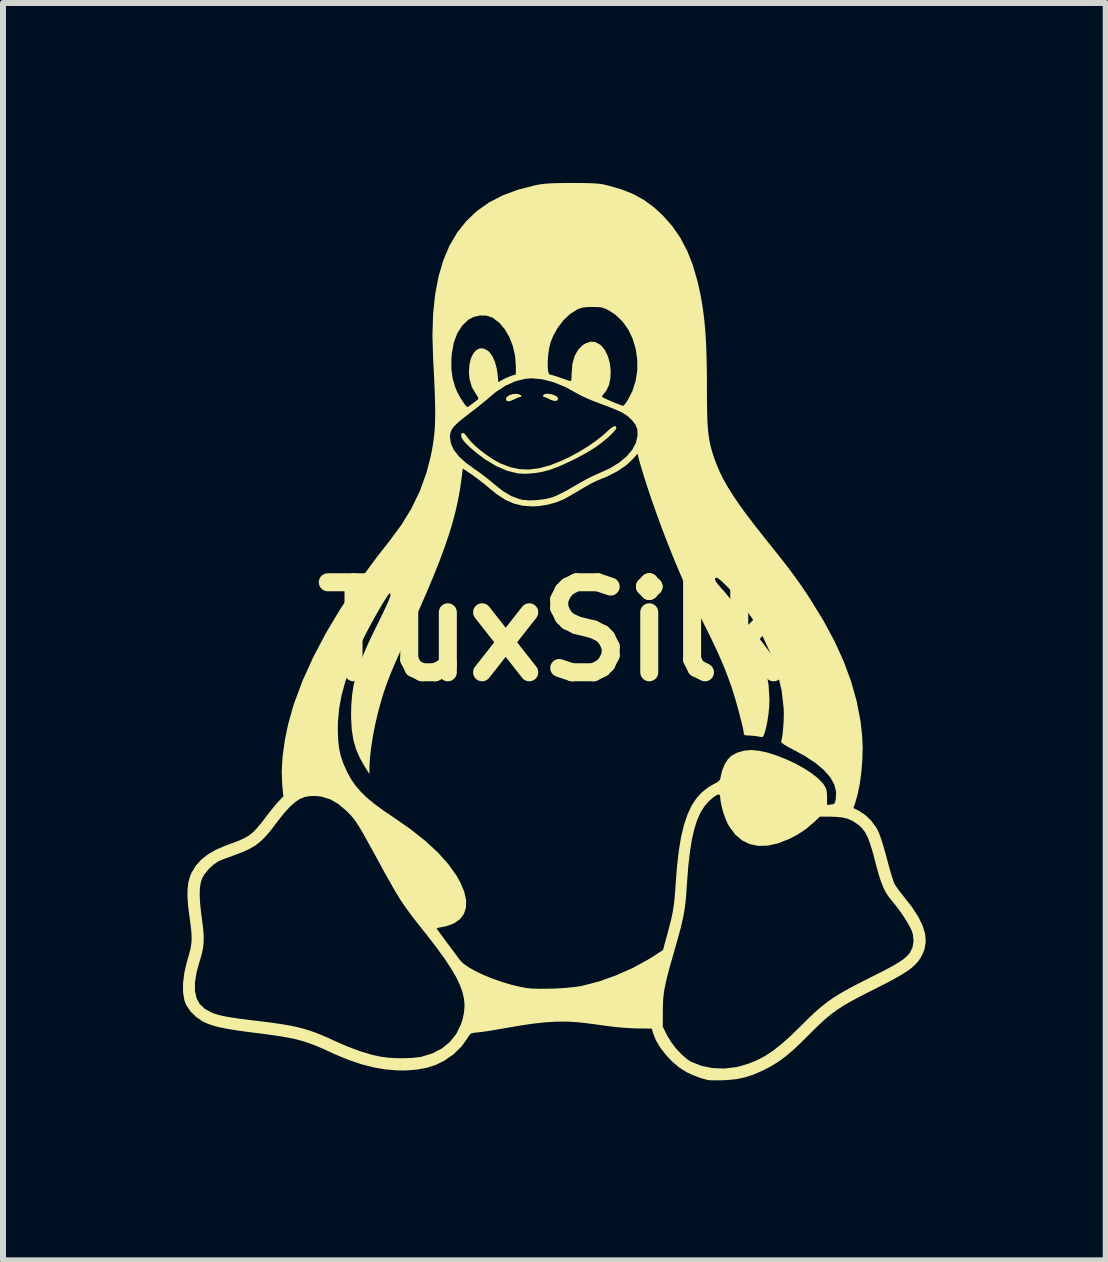
<source format=kicad_pcb>
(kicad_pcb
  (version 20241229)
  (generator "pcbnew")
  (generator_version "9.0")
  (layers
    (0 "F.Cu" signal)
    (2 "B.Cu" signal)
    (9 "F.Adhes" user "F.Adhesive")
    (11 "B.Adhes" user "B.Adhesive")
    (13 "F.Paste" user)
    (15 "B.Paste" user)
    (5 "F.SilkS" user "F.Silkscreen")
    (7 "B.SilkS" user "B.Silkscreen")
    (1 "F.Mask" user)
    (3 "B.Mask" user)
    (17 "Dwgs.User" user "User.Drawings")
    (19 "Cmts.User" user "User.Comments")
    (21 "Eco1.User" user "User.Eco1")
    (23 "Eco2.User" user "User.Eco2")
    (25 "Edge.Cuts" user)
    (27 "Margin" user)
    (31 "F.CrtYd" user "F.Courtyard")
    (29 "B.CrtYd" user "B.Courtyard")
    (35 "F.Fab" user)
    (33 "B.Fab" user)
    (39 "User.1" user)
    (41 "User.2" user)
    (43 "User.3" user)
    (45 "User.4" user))
  (footprint "TuxSilk"
    (layer "F.Cu")
    (at 6.199 7.476)
    (property "Reference" "TuxSilk" (at 0 0 0) (layer "F.SilkS") (effects (font (size 1.5 1.5) (thickness 0.3))))
    (attr board_only exclude_from_pos_files exclude_from_bom)
    (fp_poly (pts (xy -0.074 -3.959) (xy -0.017 -3.943) (xy 0.028 -3.92) (xy 0.051 -3.891) (xy 0.052 -3.877) (xy 0.031 -3.848) (xy -0.012 -3.844) (xy -0.072 -3.863) (xy -0.093 -3.874) (xy -0.141 -3.898) (xy -0.177 -3.91) (xy -0.183 -3.911) (xy -0.201 -3.924) (xy -0.2 -3.934) (xy -0.176 -3.957) (xy -0.13 -3.964)) (stroke (width 0) (type solid)) (fill yes) (layer "F.SilkS"))
    (fp_poly (pts (xy -0.638 -3.963) (xy -0.598 -3.954) (xy -0.569 -3.938) (xy -0.556 -3.922) (xy -0.569 -3.911) (xy -0.581 -3.911) (xy -0.612 -3.902) (xy -0.659 -3.881) (xy -0.675 -3.873) (xy -0.742 -3.843) (xy -0.786 -3.838) (xy -0.807 -3.848) (xy -0.819 -3.88) (xy -0.801 -3.911) (xy -0.761 -3.939) (xy -0.706 -3.958) (xy -0.644 -3.963)) (stroke (width 0) (type solid)) (fill yes) (layer "F.SilkS"))
    (fp_poly (pts (xy 1.024 -3.397) (xy 1.01 -3.366) (xy 0.97 -3.318) (xy 0.911 -3.26) (xy 0.838 -3.196) (xy 0.757 -3.132) (xy 0.673 -3.071) (xy 0.662 -3.064) (xy 0.529 -2.982) (xy 0.377 -2.899) (xy 0.217 -2.82) (xy 0.063 -2.751) (xy -0.075 -2.699) (xy -0.078 -2.698) (xy -0.207 -2.663) (xy -0.347 -2.64) (xy -0.484 -2.63) (xy -0.604 -2.635) (xy -0.624 -2.637) (xy -0.798 -2.681) (xy -0.98 -2.759) (xy -1.164 -2.87) (xy -1.296 -2.968) (xy -1.407 -3.061) (xy -1.487 -3.138) (xy -1.538 -3.2) (xy -1.562 -3.25) (xy -1.564 -3.269) (xy -1.555 -3.306) (xy -1.532 -3.312) (xy -1.499 -3.289) (xy -1.464 -3.244) (xy -1.41 -3.175) (xy -1.331 -3.097) (xy -1.234 -3.014) (xy -1.128 -2.935) (xy -1.021 -2.864) (xy -0.92 -2.808) (xy -0.904 -2.801) (xy -0.747 -2.741) (xy -0.591 -2.707) (xy -0.432 -2.701) (xy -0.265 -2.722) (xy -0.086 -2.77) (xy 0.109 -2.847) (xy 0.233 -2.905) (xy 0.388 -2.988) (xy 0.542 -3.082) (xy 0.685 -3.181) (xy 0.808 -3.278) (xy 0.876 -3.341) (xy 0.936 -3.394) (xy 0.983 -3.422) (xy 1.013 -3.423)) (stroke (width 0) (type solid)) (fill yes) (layer "F.SilkS"))
    (fp_poly (pts (xy 0.431 -7.476) (xy 0.543 -7.474) (xy 0.631 -7.471) (xy 0.701 -7.467) (xy 0.762 -7.46) (xy 0.818 -7.45) (xy 0.878 -7.436) (xy 0.894 -7.432) (xy 1.117 -7.367) (xy 1.313 -7.288) (xy 1.489 -7.19) (xy 1.653 -7.068) (xy 1.797 -6.936) (xy 1.955 -6.758) (xy 2.089 -6.564) (xy 2.203 -6.348) (xy 2.298 -6.107) (xy 2.376 -5.836) (xy 2.382 -5.81) (xy 2.419 -5.646) (xy 2.449 -5.483) (xy 2.474 -5.316) (xy 2.494 -5.14) (xy 2.51 -4.949) (xy 2.521 -4.74) (xy 2.528 -4.508) (xy 2.532 -4.246) (xy 2.532 -4.041) (xy 2.533 -3.836) (xy 2.536 -3.662) (xy 2.54 -3.516) (xy 2.548 -3.392) (xy 2.559 -3.285) (xy 2.573 -3.189) (xy 2.592 -3.1) (xy 2.615 -3.013) (xy 2.644 -2.922) (xy 2.644 -2.92) (xy 2.691 -2.792) (xy 2.745 -2.665) (xy 2.807 -2.538) (xy 2.882 -2.406) (xy 2.97 -2.266) (xy 3.074 -2.113) (xy 3.196 -1.945) (xy 3.339 -1.758) (xy 3.505 -1.548) (xy 3.532 -1.514) (xy 3.669 -1.343) (xy 3.785 -1.196) (xy 3.886 -1.066) (xy 3.974 -0.949) (xy 4.053 -0.839) (xy 4.128 -0.732) (xy 4.202 -0.621) (xy 4.25 -0.548) (xy 4.471 -0.189) (xy 4.659 0.16) (xy 4.813 0.499) (xy 4.936 0.832) (xy 5.029 1.162) (xy 5.092 1.491) (xy 5.12 1.74) (xy 5.128 1.929) (xy 5.123 2.131) (xy 5.107 2.336) (xy 5.081 2.533) (xy 5.044 2.714) (xy 5 2.868) (xy 5 2.868) (xy 4.974 2.941) (xy 5.06 2.983) (xy 5.167 3.053) (xy 5.268 3.149) (xy 5.352 3.262) (xy 5.381 3.314) (xy 5.407 3.375) (xy 5.439 3.464) (xy 5.473 3.575) (xy 5.509 3.698) (xy 5.531 3.781) (xy 5.561 3.895) (xy 5.591 4.001) (xy 5.619 4.092) (xy 5.642 4.162) (xy 5.658 4.202) (xy 5.686 4.248) (xy 5.731 4.312) (xy 5.786 4.382) (xy 5.811 4.413) (xy 5.95 4.591) (xy 6.056 4.754) (xy 6.129 4.905) (xy 6.17 5.044) (xy 6.179 5.175) (xy 6.158 5.297) (xy 6.125 5.378) (xy 6.091 5.44) (xy 6.052 5.497) (xy 6.004 5.55) (xy 5.945 5.604) (xy 5.87 5.659) (xy 5.776 5.719) (xy 5.66 5.785) (xy 5.518 5.861) (xy 5.347 5.948) (xy 5.26 5.992) (xy 5.085 6.081) (xy 4.938 6.16) (xy 4.812 6.232) (xy 4.702 6.304) (xy 4.6 6.379) (xy 4.5 6.462) (xy 4.397 6.557) (xy 4.283 6.669) (xy 4.236 6.716) (xy 4.089 6.862) (xy 3.959 6.983) (xy 3.84 7.083) (xy 3.727 7.166) (xy 3.615 7.236) (xy 3.497 7.299) (xy 3.473 7.311) (xy 3.313 7.381) (xy 3.167 7.429) (xy 3.024 7.459) (xy 2.868 7.474) (xy 2.812 7.477) (xy 2.722 7.479) (xy 2.641 7.479) (xy 2.58 7.477) (xy 2.551 7.474) (xy 2.43 7.442) (xy 2.295 7.39) (xy 2.188 7.34) (xy 2.072 7.266) (xy 1.956 7.168) (xy 1.848 7.054) (xy 1.754 6.932) (xy 1.681 6.809) (xy 1.635 6.693) (xy 1.614 6.617) (xy 1.385 6.614) (xy 1.268 6.61) (xy 1.138 6.602) (xy 1.013 6.591) (xy 0.975 6.586) (xy 1.797 6.586) (xy 1.871 6.733) (xy 1.937 6.842) (xy 2.019 6.95) (xy 2.111 7.048) (xy 2.204 7.127) (xy 2.272 7.17) (xy 2.443 7.238) (xy 2.63 7.275) (xy 2.825 7.282) (xy 3.022 7.258) (xy 3.078 7.245) (xy 3.225 7.201) (xy 3.364 7.145) (xy 3.498 7.075) (xy 3.633 6.986) (xy 3.773 6.876) (xy 3.924 6.742) (xy 4.09 6.58) (xy 4.106 6.565) (xy 4.225 6.446) (xy 4.332 6.344) (xy 4.434 6.256) (xy 4.535 6.176) (xy 4.641 6.101) (xy 4.759 6.028) (xy 4.893 5.952) (xy 5.049 5.87) (xy 5.232 5.777) (xy 5.259 5.763) (xy 5.419 5.683) (xy 5.55 5.615) (xy 5.654 5.558) (xy 5.736 5.508) (xy 5.801 5.464) (xy 5.851 5.423) (xy 5.891 5.382) (xy 5.914 5.354) (xy 5.958 5.266) (xy 5.976 5.163) (xy 5.966 5.053) (xy 5.95 4.995) (xy 5.915 4.921) (xy 5.862 4.828) (xy 5.796 4.725) (xy 5.722 4.621) (xy 5.647 4.525) (xy 5.623 4.497) (xy 5.565 4.424) (xy 5.515 4.349) (xy 5.472 4.265) (xy 5.433 4.165) (xy 5.394 4.044) (xy 5.353 3.895) (xy 5.337 3.833) (xy 5.294 3.669) (xy 5.253 3.537) (xy 5.213 3.432) (xy 5.171 3.349) (xy 5.124 3.284) (xy 5.071 3.232) (xy 5.046 3.212) (xy 4.962 3.157) (xy 4.88 3.12) (xy 4.789 3.098) (xy 4.678 3.087) (xy 4.606 3.085) (xy 4.416 3.083) (xy 4.317 3.177) (xy 4.184 3.29) (xy 4.044 3.383) (xy 3.906 3.455) (xy 3.721 3.528) (xy 3.549 3.567) (xy 3.392 3.572) (xy 3.248 3.543) (xy 3.119 3.48) (xy 3.005 3.383) (xy 2.908 3.253) (xy 2.882 3.209) (xy 2.849 3.136) (xy 2.815 3.045) (xy 2.786 2.948) (xy 2.766 2.859) (xy 2.756 2.789) (xy 2.756 2.781) (xy 2.751 2.732) (xy 2.733 2.713) (xy 2.698 2.723) (xy 2.65 2.754) (xy 2.564 2.827) (xy 2.489 2.915) (xy 2.424 3.019) (xy 2.369 3.144) (xy 2.322 3.292) (xy 2.282 3.465) (xy 2.25 3.667) (xy 2.223 3.899) (xy 2.202 4.166) (xy 2.197 4.236) (xy 2.188 4.376) (xy 2.177 4.498) (xy 2.163 4.61) (xy 2.145 4.719) (xy 2.121 4.834) (xy 2.09 4.96) (xy 2.05 5.107) (xy 2 5.282) (xy 1.999 5.286) (xy 1.947 5.469) (xy 1.904 5.622) (xy 1.87 5.75) (xy 1.845 5.859) (xy 1.826 5.953) (xy 1.813 6.038) (xy 1.804 6.119) (xy 1.8 6.202) (xy 1.798 6.291) (xy 1.798 6.324) (xy 1.797 6.586) (xy 0.975 6.586) (xy 0.946 6.583) (xy 0.832 6.568) (xy 0.703 6.55) (xy 0.581 6.534) (xy 0.531 6.527) (xy 0.364 6.509) (xy 0.199 6.5) (xy 0.028 6.501) (xy -0.152 6.511) (xy -0.35 6.532) (xy -0.57 6.564) (xy -0.82 6.607) (xy -0.842 6.611) (xy -0.956 6.631) (xy -1.068 6.65) (xy -1.169 6.665) (xy -1.248 6.676) (xy -1.277 6.679) (xy -1.345 6.685) (xy -1.388 6.695) (xy -1.415 6.712) (xy -1.437 6.742) (xy -1.452 6.767) (xy -1.555 6.912) (xy -1.687 7.042) (xy -1.844 7.151) (xy -1.983 7.221) (xy -2.133 7.269) (xy -2.308 7.301) (xy -2.497 7.315) (xy -2.626 7.313) (xy -2.826 7.297) (xy -3.022 7.263) (xy -3.223 7.212) (xy -3.434 7.14) (xy -3.664 7.046) (xy -3.772 6.996) (xy -3.893 6.941) (xy -4.002 6.895) (xy -4.104 6.857) (xy -4.205 6.824) (xy -4.311 6.796) (xy -4.428 6.771) (xy -4.562 6.747) (xy -4.718 6.724) (xy -4.902 6.699) (xy -5.009 6.686) (xy -5.2 6.661) (xy -5.359 6.638) (xy -5.49 6.615) (xy -5.599 6.593) (xy -5.689 6.569) (xy -5.767 6.543) (xy -5.836 6.514) (xy -5.861 6.502) (xy -5.974 6.428) (xy -6.071 6.335) (xy -6.143 6.229) (xy -6.175 6.149) (xy -6.198 6.02) (xy -6.199 5.868) (xy -6.197 5.849) (xy -6 5.849) (xy -6 5.991) (xy -5.973 6.11) (xy -5.919 6.208) (xy -5.836 6.287) (xy -5.726 6.348) (xy -5.678 6.366) (xy -5.621 6.384) (xy -5.56 6.4) (xy -5.488 6.415) (xy -5.401 6.43) (xy -5.293 6.446) (xy -5.16 6.464) (xy -4.997 6.484) (xy -4.944 6.49) (xy -4.738 6.516) (xy -4.562 6.541) (xy -4.41 6.567) (xy -4.276 6.596) (xy -4.153 6.629) (xy -4.034 6.668) (xy -3.912 6.715) (xy -3.782 6.771) (xy -3.698 6.81) (xy -3.462 6.913) (xy -3.243 6.995) (xy -3.044 7.055) (xy -2.913 7.083) (xy -2.79 7.1) (xy -2.649 7.109) (xy -2.505 7.11) (xy -2.369 7.104) (xy -2.253 7.091) (xy -2.227 7.086) (xy -2.044 7.03) (xy -1.885 6.948) (xy -1.752 6.839) (xy -1.646 6.706) (xy -1.568 6.549) (xy -1.537 6.452) (xy -1.515 6.342) (xy -1.507 6.234) (xy -1.515 6.125) (xy -1.541 6.011) (xy -1.585 5.889) (xy -1.648 5.757) (xy -1.733 5.613) (xy -1.839 5.451) (xy -1.97 5.271) (xy -2.125 5.069) (xy -2.191 4.987) (xy -2.287 4.865) (xy -2.369 4.76) (xy -2.44 4.665) (xy -2.504 4.576) (xy -2.565 4.486) (xy -2.625 4.39) (xy -2.688 4.284) (xy -2.758 4.161) (xy -2.839 4.017) (xy -2.932 3.845) (xy -2.942 3.827) (xy -3.034 3.658) (xy -3.111 3.519) (xy -3.174 3.406) (xy -3.227 3.313) (xy -3.272 3.239) (xy -3.311 3.18) (xy -3.346 3.13) (xy -3.38 3.088) (xy -3.415 3.049) (xy -3.454 3.01) (xy -3.479 2.985) (xy -3.612 2.872) (xy -3.746 2.795) (xy -3.885 2.752) (xy -3.981 2.74) (xy -4.079 2.741) (xy -4.167 2.756) (xy -4.25 2.789) (xy -4.331 2.842) (xy -4.417 2.919) (xy -4.51 3.021) (xy -4.615 3.153) (xy -4.645 3.193) (xy -4.743 3.321) (xy -4.829 3.421) (xy -4.911 3.501) (xy -4.995 3.566) (xy -5.089 3.621) (xy -5.201 3.672) (xy -5.337 3.724) (xy -5.363 3.734) (xy -5.448 3.765) (xy -5.526 3.794) (xy -5.585 3.818) (xy -5.612 3.831) (xy -5.691 3.884) (xy -5.771 3.958) (xy -5.839 4.042) (xy -5.878 4.106) (xy -5.903 4.181) (xy -5.918 4.274) (xy -5.921 4.39) (xy -5.914 4.532) (xy -5.895 4.704) (xy -5.882 4.799) (xy -5.863 4.95) (xy -5.854 5.074) (xy -5.855 5.182) (xy -5.867 5.283) (xy -5.89 5.388) (xy -5.921 5.492) (xy -5.974 5.683) (xy -6 5.849) (xy -6.197 5.849) (xy -6.179 5.698) (xy -6.138 5.517) (xy -6.119 5.452) (xy -6.091 5.354) (xy -6.071 5.271) (xy -6.059 5.194) (xy -6.055 5.115) (xy -6.058 5.026) (xy -6.069 4.918) (xy -6.087 4.783) (xy -6.091 4.754) (xy -6.114 4.57) (xy -6.125 4.416) (xy -6.123 4.286) (xy -6.109 4.176) (xy -6.082 4.08) (xy -6.056 4.017) (xy -5.987 3.903) (xy -5.898 3.803) (xy -5.787 3.715) (xy -5.648 3.635) (xy -5.477 3.562) (xy -5.405 3.536) (xy -5.283 3.49) (xy -5.185 3.447) (xy -5.105 3.401) (xy -5.034 3.345) (xy -4.965 3.274) (xy -4.888 3.181) (xy -4.827 3.101) (xy -4.765 3.02) (xy -4.701 2.94) (xy -4.645 2.873) (xy -4.607 2.83) (xy -4.527 2.747) (xy -4.545 2.554) (xy -4.554 2.33) (xy -4.54 2.083) (xy -4.504 1.821) (xy -4.463 1.62) (xy -3.619 1.62) (xy -3.614 1.791) (xy -3.599 1.936) (xy -3.572 2.066) (xy -3.529 2.193) (xy -3.469 2.328) (xy -3.465 2.337) (xy -3.401 2.454) (xy -3.328 2.562) (xy -3.241 2.664) (xy -3.137 2.766) (xy -3.011 2.87) (xy -2.859 2.982) (xy -2.689 3.096) (xy -2.408 3.292) (xy -2.162 3.487) (xy -1.952 3.681) (xy -1.779 3.874) (xy -1.642 4.065) (xy -1.575 4.184) (xy -1.511 4.337) (xy -1.481 4.476) (xy -1.483 4.599) (xy -1.517 4.705) (xy -1.583 4.793) (xy -1.679 4.861) (xy -1.807 4.909) (xy -1.895 4.927) (xy -1.943 4.936) (xy -1.971 4.944) (xy -1.974 4.946) (xy -1.963 4.962) (xy -1.934 5.003) (xy -1.89 5.063) (xy -1.835 5.137) (xy -1.802 5.182) (xy -1.738 5.267) (xy -1.679 5.345) (xy -1.63 5.412) (xy -1.596 5.458) (xy -1.588 5.47) (xy -1.53 5.53) (xy -1.441 5.593) (xy -1.326 5.658) (xy -1.192 5.722) (xy -1.043 5.783) (xy -0.886 5.838) (xy -0.725 5.886) (xy -0.567 5.923) (xy -0.475 5.94) (xy -0.381 5.949) (xy -0.261 5.953) (xy -0.122 5.952) (xy 0.024 5.948) (xy 0.169 5.939) (xy 0.303 5.926) (xy 0.416 5.911) (xy 0.456 5.903) (xy 0.736 5.83) (xy 1.021 5.728) (xy 1.3 5.604) (xy 1.559 5.462) (xy 1.64 5.411) (xy 1.8 5.307) (xy 1.868 5.06) (xy 1.908 4.91) (xy 1.939 4.785) (xy 1.962 4.675) (xy 1.979 4.57) (xy 1.992 4.459) (xy 2.003 4.332) (xy 2.011 4.209) (xy 2.034 3.912) (xy 2.064 3.651) (xy 2.102 3.421) (xy 2.15 3.221) (xy 2.208 3.05) (xy 2.276 2.903) (xy 2.356 2.78) (xy 2.449 2.678) (xy 2.555 2.595) (xy 2.635 2.548) (xy 2.697 2.515) (xy 2.733 2.489) (xy 2.752 2.462) (xy 2.762 2.424) (xy 2.765 2.403) (xy 2.789 2.307) (xy 2.829 2.212) (xy 2.881 2.129) (xy 2.934 2.075) (xy 3.028 2.021) (xy 3.144 1.986) (xy 3.266 1.974) (xy 3.394 1.985) (xy 3.539 2.016) (xy 3.693 2.065) (xy 3.852 2.127) (xy 4.007 2.199) (xy 4.153 2.28) (xy 4.283 2.365) (xy 4.391 2.451) (xy 4.47 2.536) (xy 4.483 2.555) (xy 4.512 2.605) (xy 4.528 2.653) (xy 4.534 2.716) (xy 4.534 2.76) (xy 4.534 2.888) (xy 4.599 2.883) (xy 4.64 2.876) (xy 4.662 2.858) (xy 4.675 2.817) (xy 4.679 2.797) (xy 4.686 2.673) (xy 4.655 2.55) (xy 4.588 2.429) (xy 4.483 2.309) (xy 4.342 2.19) (xy 4.164 2.073) (xy 3.986 1.975) (xy 3.885 1.922) (xy 3.817 1.882) (xy 3.779 1.853) (xy 3.768 1.834) (xy 3.769 1.833) (xy 3.782 1.779) (xy 3.795 1.697) (xy 3.804 1.598) (xy 3.811 1.49) (xy 3.814 1.383) (xy 3.812 1.288) (xy 3.812 1.285) (xy 3.778 0.986) (xy 3.708 0.684) (xy 3.602 0.382) (xy 3.462 0.081) (xy 3.289 -0.216) (xy 3.094 -0.493) (xy 3.031 -0.571) (xy 2.963 -0.65) (xy 2.893 -0.726) (xy 2.826 -0.794) (xy 2.767 -0.849) (xy 2.721 -0.886) (xy 2.693 -0.9) (xy 2.689 -0.9) (xy 2.67 -0.887) (xy 2.667 -0.866) (xy 2.683 -0.832) (xy 2.721 -0.782) (xy 2.781 -0.712) (xy 2.814 -0.677) (xy 3.006 -0.444) (xy 3.174 -0.194) (xy 3.315 0.068) (xy 3.428 0.337) (xy 3.51 0.61) (xy 3.559 0.881) (xy 3.575 1.134) (xy 3.57 1.255) (xy 3.557 1.386) (xy 3.537 1.515) (xy 3.512 1.629) (xy 3.485 1.716) (xy 3.47 1.748) (xy 3.447 1.758) (xy 3.406 1.752) (xy 3.395 1.749) (xy 3.33 1.739) (xy 3.255 1.733) (xy 3.236 1.732) (xy 3.181 1.73) (xy 3.155 1.72) (xy 3.147 1.7) (xy 3.147 1.696) (xy 3.142 1.657) (xy 3.128 1.589) (xy 3.106 1.498) (xy 3.079 1.393) (xy 3.049 1.28) (xy 3.017 1.165) (xy 2.984 1.056) (xy 2.954 0.959) (xy 2.94 0.916) (xy 2.887 0.769) (xy 2.832 0.625) (xy 2.771 0.48) (xy 2.703 0.326) (xy 2.623 0.156) (xy 2.529 -0.035) (xy 2.467 -0.158) (xy 2.35 -0.394) (xy 2.246 -0.609) (xy 2.152 -0.813) (xy 2.063 -1.018) (xy 1.973 -1.234) (xy 1.878 -1.471) (xy 1.874 -1.482) (xy 1.784 -1.715) (xy 1.698 -1.951) (xy 1.616 -2.182) (xy 1.542 -2.402) (xy 1.477 -2.605) (xy 1.423 -2.785) (xy 1.396 -2.884) (xy 1.376 -2.965) (xy 1.31 -2.888) (xy 1.194 -2.777) (xy 1.046 -2.675) (xy 0.868 -2.583) (xy 0.723 -2.525) (xy 0.673 -2.503) (xy 0.6 -2.466) (xy 0.517 -2.419) (xy 0.436 -2.372) (xy 0.349 -2.32) (xy 0.264 -2.271) (xy 0.192 -2.23) (xy 0.144 -2.204) (xy 0.019 -2.153) (xy -0.126 -2.114) (xy -0.274 -2.091) (xy -0.372 -2.086) (xy -0.534 -2.097) (xy -0.684 -2.133) (xy -0.827 -2.196) (xy -0.97 -2.289) (xy -1.089 -2.386) (xy -1.172 -2.456) (xy -1.267 -2.53) (xy -1.356 -2.596) (xy -1.387 -2.618) (xy -1.536 -2.717) (xy -1.559 -2.536) (xy -1.585 -2.358) (xy -1.618 -2.179) (xy -1.659 -1.997) (xy -1.709 -1.808) (xy -1.77 -1.608) (xy -1.843 -1.396) (xy -1.927 -1.168) (xy -2.026 -0.921) (xy -2.139 -0.651) (xy -2.268 -0.356) (xy -2.414 -0.032) (xy -2.455 0.058) (xy -2.545 0.255) (xy -2.62 0.424) (xy -2.684 0.569) (xy -2.737 0.696) (xy -2.781 0.809) (xy -2.82 0.914) (xy -2.854 1.015) (xy -2.886 1.118) (xy -2.903 1.176) (xy -2.953 1.363) (xy -2.998 1.557) (xy -3.035 1.751) (xy -3.064 1.936) (xy -3.083 2.103) (xy -3.091 2.245) (xy -3.091 2.253) (xy -3.092 2.374) (xy -3.163 2.263) (xy -3.25 2.11) (xy -3.315 1.961) (xy -3.359 1.806) (xy -3.386 1.638) (xy -3.397 1.446) (xy -3.398 1.378) (xy -3.394 1.214) (xy -3.381 1.059) (xy -3.359 0.908) (xy -3.324 0.756) (xy -3.275 0.598) (xy -3.212 0.428) (xy -3.132 0.241) (xy -3.034 0.031) (xy -2.958 -0.122) (xy -2.878 -0.286) (xy -2.816 -0.417) (xy -2.772 -0.515) (xy -2.747 -0.582) (xy -2.741 -0.616) (xy -2.741 -0.616) (xy -2.747 -0.636) (xy -2.758 -0.636) (xy -2.778 -0.612) (xy -2.814 -0.56) (xy -2.82 -0.55) (xy -2.882 -0.451) (xy -2.954 -0.327) (xy -3.033 -0.186) (xy -3.112 -0.04) (xy -3.187 0.105) (xy -3.254 0.238) (xy -3.301 0.339) (xy -3.41 0.598) (xy -3.495 0.836) (xy -3.556 1.06) (xy -3.596 1.277) (xy -3.616 1.491) (xy -3.619 1.62) (xy -4.463 1.62) (xy -4.448 1.549) (xy -4.372 1.275) (xy -4.349 1.201) (xy -4.207 0.819) (xy -4.029 0.427) (xy -3.818 0.026) (xy -3.572 -0.385) (xy -3.292 -0.803) (xy -2.979 -1.228) (xy -2.768 -1.497) (xy -2.56 -1.777) (xy -2.387 -2.061) (xy -2.248 -2.352) (xy -2.14 -2.653) (xy -2.079 -2.888) (xy -2.055 -2.999) (xy -2.036 -3.105) (xy -2.021 -3.208) (xy -2.017 -3.242) (xy -1.75 -3.242) (xy -1.734 -3.134) (xy -1.686 -3.029) (xy -1.604 -2.923) (xy -1.488 -2.816) (xy -1.344 -2.711) (xy -1.251 -2.646) (xy -1.15 -2.57) (xy -1.056 -2.495) (xy -1.015 -2.459) (xy -0.869 -2.343) (xy -0.726 -2.258) (xy -0.59 -2.207) (xy -0.548 -2.197) (xy -0.437 -2.187) (xy -0.308 -2.191) (xy -0.176 -2.207) (xy -0.057 -2.234) (xy -0.041 -2.239) (xy 0.021 -2.264) (xy 0.104 -2.304) (xy 0.2 -2.354) (xy 0.297 -2.41) (xy 0.324 -2.426) (xy 0.426 -2.485) (xy 0.534 -2.544) (xy 0.636 -2.595) (xy 0.721 -2.634) (xy 0.734 -2.639) (xy 0.917 -2.722) (xy 1.071 -2.817) (xy 1.196 -2.921) (xy 1.289 -3.032) (xy 1.35 -3.149) (xy 1.377 -3.27) (xy 1.371 -3.377) (xy 1.342 -3.447) (xy 1.286 -3.521) (xy 1.211 -3.591) (xy 1.123 -3.649) (xy 1.105 -3.658) (xy 1.046 -3.685) (xy 0.962 -3.72) (xy 0.864 -3.758) (xy 0.763 -3.796) (xy 0.747 -3.802) (xy 0.646 -3.84) (xy 0.547 -3.881) (xy 0.462 -3.92) (xy 0.399 -3.952) (xy 0.392 -3.956) (xy 0.177 -4.074) (xy -0.026 -4.157) (xy -0.215 -4.206) (xy -0.392 -4.221) (xy -0.499 -4.212) (xy -0.662 -4.171) (xy -0.826 -4.097) (xy -0.982 -3.996) (xy -1.069 -3.924) (xy -1.131 -3.87) (xy -1.214 -3.802) (xy -1.307 -3.727) (xy -1.403 -3.653) (xy -1.431 -3.631) (xy -1.541 -3.547) (xy -1.623 -3.478) (xy -1.681 -3.42) (xy -1.719 -3.369) (xy -1.741 -3.319) (xy -1.749 -3.268) (xy -1.75 -3.242) (xy -2.017 -3.242) (xy -2.009 -3.314) (xy -2.001 -3.426) (xy -1.997 -3.549) (xy -1.996 -3.687) (xy -1.999 -3.844) (xy -2.005 -4.025) (xy -2.014 -4.233) (xy -2.027 -4.472) (xy -2.031 -4.544) (xy -1.726 -4.544) (xy -1.726 -4.371) (xy -1.705 -4.218) (xy -1.662 -4.072) (xy -1.633 -4.001) (xy -1.602 -3.942) (xy -1.565 -3.878) (xy -1.526 -3.818) (xy -1.491 -3.771) (xy -1.466 -3.745) (xy -1.46 -3.743) (xy -1.44 -3.753) (xy -1.401 -3.78) (xy -1.371 -3.802) (xy -1.324 -3.838) (xy -1.289 -3.866) (xy -1.278 -3.875) (xy -1.279 -3.896) (xy -1.3 -3.935) (xy -1.318 -3.96) (xy -1.385 -4.074) (xy -1.424 -4.209) (xy -1.434 -4.327) (xy -1.425 -4.452) (xy -1.399 -4.557) (xy -1.359 -4.638) (xy -1.308 -4.694) (xy -1.249 -4.721) (xy -1.183 -4.716) (xy -1.115 -4.678) (xy -1.095 -4.661) (xy -1.046 -4.595) (xy -1.003 -4.502) (xy -0.972 -4.392) (xy -0.955 -4.281) (xy -0.945 -4.158) (xy -0.868 -4.2) (xy -0.803 -4.232) (xy -0.737 -4.259) (xy -0.722 -4.264) (xy -0.652 -4.286) (xy -0.652 -4.429) (xy -0.655 -4.464) (xy -0.121 -4.464) (xy -0.119 -4.385) (xy -0.11 -4.324) (xy -0.095 -4.289) (xy -0.083 -4.283) (xy -0.055 -4.277) (xy -0.003 -4.262) (xy 0.064 -4.24) (xy 0.077 -4.235) (xy 0.147 -4.211) (xy 0.206 -4.191) (xy 0.243 -4.178) (xy 0.246 -4.177) (xy 0.262 -4.176) (xy 0.272 -4.191) (xy 0.276 -4.229) (xy 0.277 -4.296) (xy 0.278 -4.304) (xy 0.29 -4.457) (xy 0.326 -4.589) (xy 0.385 -4.696) (xy 0.464 -4.775) (xy 0.514 -4.805) (xy 0.597 -4.833) (xy 0.673 -4.826) (xy 0.747 -4.785) (xy 0.772 -4.766) (xy 0.836 -4.687) (xy 0.884 -4.585) (xy 0.915 -4.468) (xy 0.929 -4.345) (xy 0.924 -4.222) (xy 0.9 -4.11) (xy 0.857 -4.017) (xy 0.829 -3.981) (xy 0.798 -3.944) (xy 0.783 -3.917) (xy 0.782 -3.915) (xy 0.798 -3.903) (xy 0.84 -3.882) (xy 0.899 -3.855) (xy 0.966 -3.826) (xy 1.033 -3.799) (xy 1.091 -3.777) (xy 1.13 -3.765) (xy 1.139 -3.763) (xy 1.154 -3.777) (xy 1.183 -3.813) (xy 1.21 -3.854) (xy 1.292 -4.012) (xy 1.345 -4.181) (xy 1.372 -4.358) (xy 1.371 -4.536) (xy 1.346 -4.71) (xy 1.296 -4.877) (xy 1.223 -5.031) (xy 1.127 -5.167) (xy 1.01 -5.279) (xy 0.909 -5.346) (xy 0.849 -5.377) (xy 0.8 -5.396) (xy 0.749 -5.406) (xy 0.683 -5.409) (xy 0.624 -5.41) (xy 0.534 -5.408) (xy 0.469 -5.401) (xy 0.415 -5.387) (xy 0.363 -5.364) (xy 0.25 -5.291) (xy 0.142 -5.189) (xy 0.047 -5.065) (xy -0.03 -4.928) (xy -0.072 -4.823) (xy -0.093 -4.741) (xy -0.108 -4.649) (xy -0.118 -4.555) (xy -0.121 -4.464) (xy -0.655 -4.464) (xy -0.665 -4.596) (xy -0.702 -4.758) (xy -0.76 -4.907) (xy -0.836 -5.039) (xy -0.928 -5.147) (xy -1.031 -5.226) (xy -1.05 -5.236) (xy -1.146 -5.266) (xy -1.253 -5.268) (xy -1.358 -5.243) (xy -1.438 -5.201) (xy -1.545 -5.101) (xy -1.627 -4.972) (xy -1.686 -4.816) (xy -1.719 -4.632) (xy -1.726 -4.544) (xy -2.031 -4.544) (xy -2.031 -4.551) (xy -2.042 -4.936) (xy -2.031 -5.293) (xy -1.997 -5.62) (xy -1.94 -5.919) (xy -1.86 -6.19) (xy -1.757 -6.434) (xy -1.629 -6.651) (xy -1.477 -6.843) (xy -1.301 -7.01) (xy -1.099 -7.152) (xy -0.871 -7.27) (xy -0.618 -7.364) (xy -0.339 -7.436) (xy -0.307 -7.443) (xy -0.238 -7.455) (xy -0.164 -7.464) (xy -0.077 -7.47) (xy 0.029 -7.474) (xy 0.161 -7.476) (xy 0.289 -7.476)) (stroke (width 0) (type solid)) (fill yes) (layer "F.SilkS")))
  (gr_rect
    (start -3 -3)
    (end 15.378 17.955)
    (stroke (width 0.1) (type default))
    (fill no)
    (layer "Edge.Cuts")))
</source>
